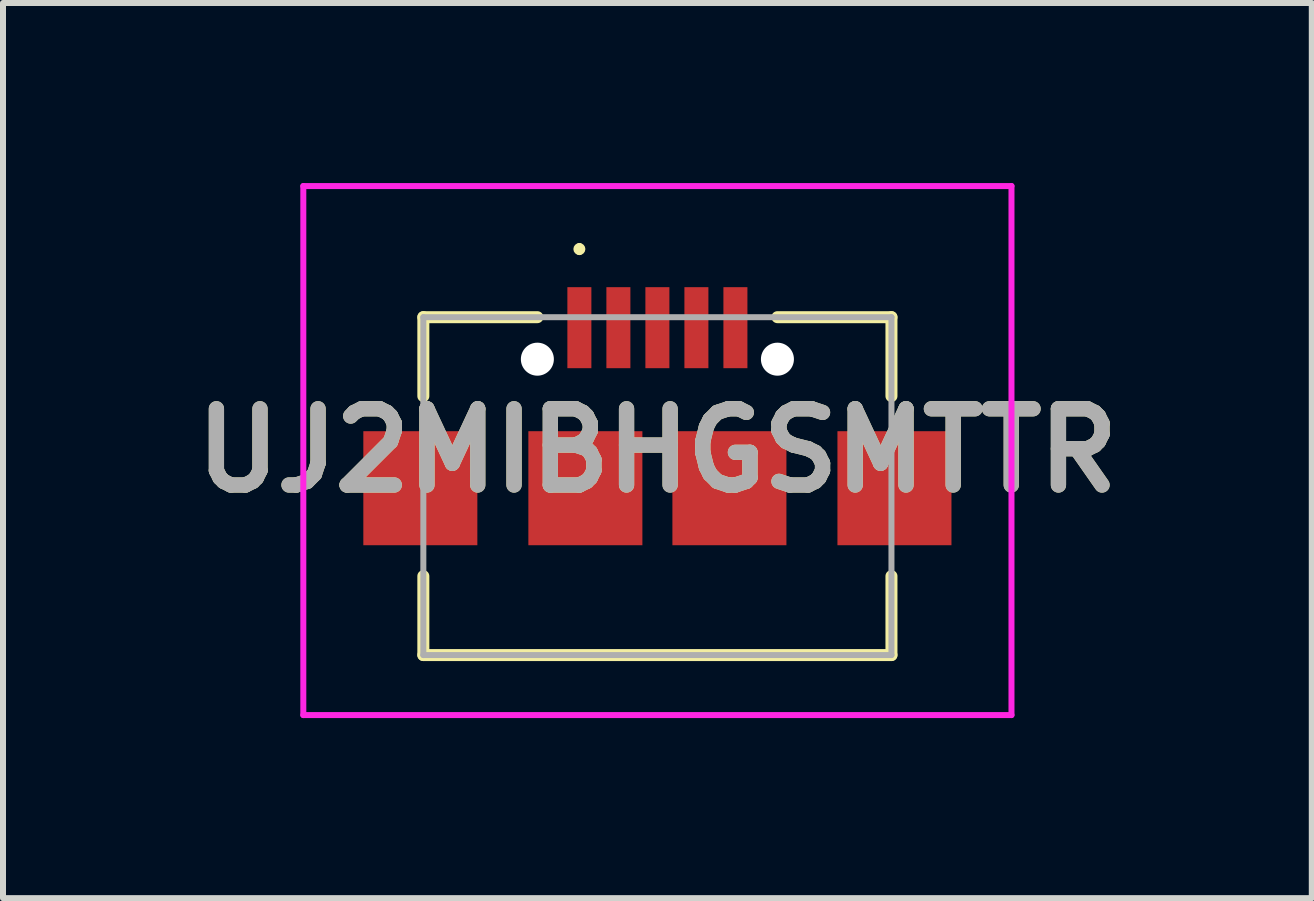
<source format=kicad_pcb>
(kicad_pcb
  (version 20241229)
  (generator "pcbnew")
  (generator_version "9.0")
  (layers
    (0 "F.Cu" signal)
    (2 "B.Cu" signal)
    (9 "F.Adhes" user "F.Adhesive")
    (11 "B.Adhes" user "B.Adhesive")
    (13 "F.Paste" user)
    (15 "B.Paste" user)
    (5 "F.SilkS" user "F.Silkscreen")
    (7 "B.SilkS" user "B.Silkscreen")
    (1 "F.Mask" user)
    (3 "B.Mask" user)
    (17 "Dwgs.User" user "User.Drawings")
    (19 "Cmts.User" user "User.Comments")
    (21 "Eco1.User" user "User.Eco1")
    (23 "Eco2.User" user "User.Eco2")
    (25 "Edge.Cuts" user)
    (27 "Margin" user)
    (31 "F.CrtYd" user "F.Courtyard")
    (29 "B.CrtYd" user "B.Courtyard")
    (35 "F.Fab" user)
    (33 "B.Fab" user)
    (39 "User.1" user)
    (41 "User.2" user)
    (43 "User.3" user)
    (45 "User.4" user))
  (footprint "UJ2MIBHGSMTTR"
    (layer "F.Cu")
    (at 7.904 5.05)
    (property "Reference" "UJ2MIBHGSMTTR" (at 0 -0.593 0) (layer "F.SilkS") (effects (font (size 1.27 1.27) (thickness 0.254))))
    (attr through_hole)
    (fp_line (start -3.9 -2.815) (end -2 -2.815) (stroke (width 0.2) (type solid)) (layer "F.SilkS"))
    (fp_line (start -3.9 -1.5) (end -3.9 -2.815) (stroke (width 0.2) (type solid)) (layer "F.SilkS"))
    (fp_line (start -3.9 1.5) (end -3.9 2.815) (stroke (width 0.2) (type solid)) (layer "F.SilkS"))
    (fp_line (start -3.9 2.815) (end 3.9 2.815) (stroke (width 0.2) (type solid)) (layer "F.SilkS"))
    (fp_line (start -1.3 -4) (end -1.3 -4) (stroke (width 0.1) (type solid)) (layer "F.SilkS"))
    (fp_line (start -1.3 -3.9) (end -1.3 -3.9) (stroke (width 0.1) (type solid)) (layer "F.SilkS"))
    (fp_line (start 2 -2.815) (end 3.9 -2.815) (stroke (width 0.2) (type solid)) (layer "F.SilkS"))
    (fp_line (start 3.9 -2.815) (end 3.9 -1.5) (stroke (width 0.2) (type solid)) (layer "F.SilkS"))
    (fp_line (start 3.9 2.815) (end 3.9 1.5) (stroke (width 0.2) (type solid)) (layer "F.SilkS"))
    (fp_arc (start -1.3 -4) (mid -1.25 -3.95) (end -1.3 -3.9) (stroke (width 0.1) (type solid)) (layer "F.SilkS"))
    (fp_arc (start -1.3 -3.9) (mid -1.35 -3.95) (end -1.3 -4) (stroke (width 0.1) (type solid)) (layer "F.SilkS"))
    (fp_line (start -5.9 -5) (end 5.9 -5) (stroke (width 0.1) (type solid)) (layer "F.CrtYd"))
    (fp_line (start -5.9 3.815) (end -5.9 -5) (stroke (width 0.1) (type solid)) (layer "F.CrtYd"))
    (fp_line (start 5.9 -5) (end 5.9 3.815) (stroke (width 0.1) (type solid)) (layer "F.CrtYd"))
    (fp_line (start 5.9 3.815) (end -5.9 3.815) (stroke (width 0.1) (type solid)) (layer "F.CrtYd"))
    (fp_line (start -3.9 -2.815) (end 3.9 -2.815) (stroke (width 0.1) (type solid)) (layer "F.Fab"))
    (fp_line (start -3.9 2.815) (end -3.9 -2.815) (stroke (width 0.1) (type solid)) (layer "F.Fab"))
    (fp_line (start 3.9 -2.815) (end 3.9 2.815) (stroke (width 0.1) (type solid)) (layer "F.Fab"))
    (fp_line (start 3.9 2.815) (end -3.9 2.815) (stroke (width 0.1) (type solid)) (layer "F.Fab"))
    (fp_text user "${REFERENCE}" (at 0 -0.593 0) (layer "F.Fab") (effects (font (size 1.27 1.27) (thickness 0.254))))
    (pad "" np_thru_hole circle (at -2 -2.115) (size 0.55 0.55) (drill 0.55) (layers "*.Cu" "*.Mask"))
    (pad "" np_thru_hole circle (at 2 -2.115) (size 0.55 0.55) (drill 0.55) (layers "*.Cu" "*.Mask"))
    (pad "1" smd rect (at -1.3 -2.64) (size 0.4 1.35) (layers "F.Cu" "F.Mask" "F.Paste"))
    (pad "2" smd rect (at 1.3 -2.64) (size 0.4 1.35) (layers "F.Cu" "F.Mask" "F.Paste"))
    (pad "3" smd rect (at -0.65 -2.64) (size 0.4 1.35) (layers "F.Cu" "F.Mask" "F.Paste"))
    (pad "4" smd rect (at 0 -2.64) (size 0.4 1.35) (layers "F.Cu" "F.Mask" "F.Paste"))
    (pad "5" smd rect (at 0.65 -2.64) (size 0.4 1.35) (layers "F.Cu" "F.Mask" "F.Paste"))
    (pad "MP1" smd rect (at -3.95 0.035) (size 1.9 1.9) (layers "F.Cu" "F.Mask" "F.Paste"))
    (pad "MP2" smd rect (at -1.2 0.035) (size 1.9 1.9) (layers "F.Cu" "F.Mask" "F.Paste"))
    (pad "MP3" smd rect (at 1.2 0.035) (size 1.9 1.9) (layers "F.Cu" "F.Mask" "F.Paste"))
    (pad "MP4" smd rect (at 3.95 0.035) (size 1.9 1.9) (layers "F.Cu" "F.Mask" "F.Paste")))
  (gr_rect
    (start -3 -3)
    (end 18.808 11.915)
    (stroke (width 0.1) (type default))
    (fill no)
    (layer "Edge.Cuts")))
</source>
